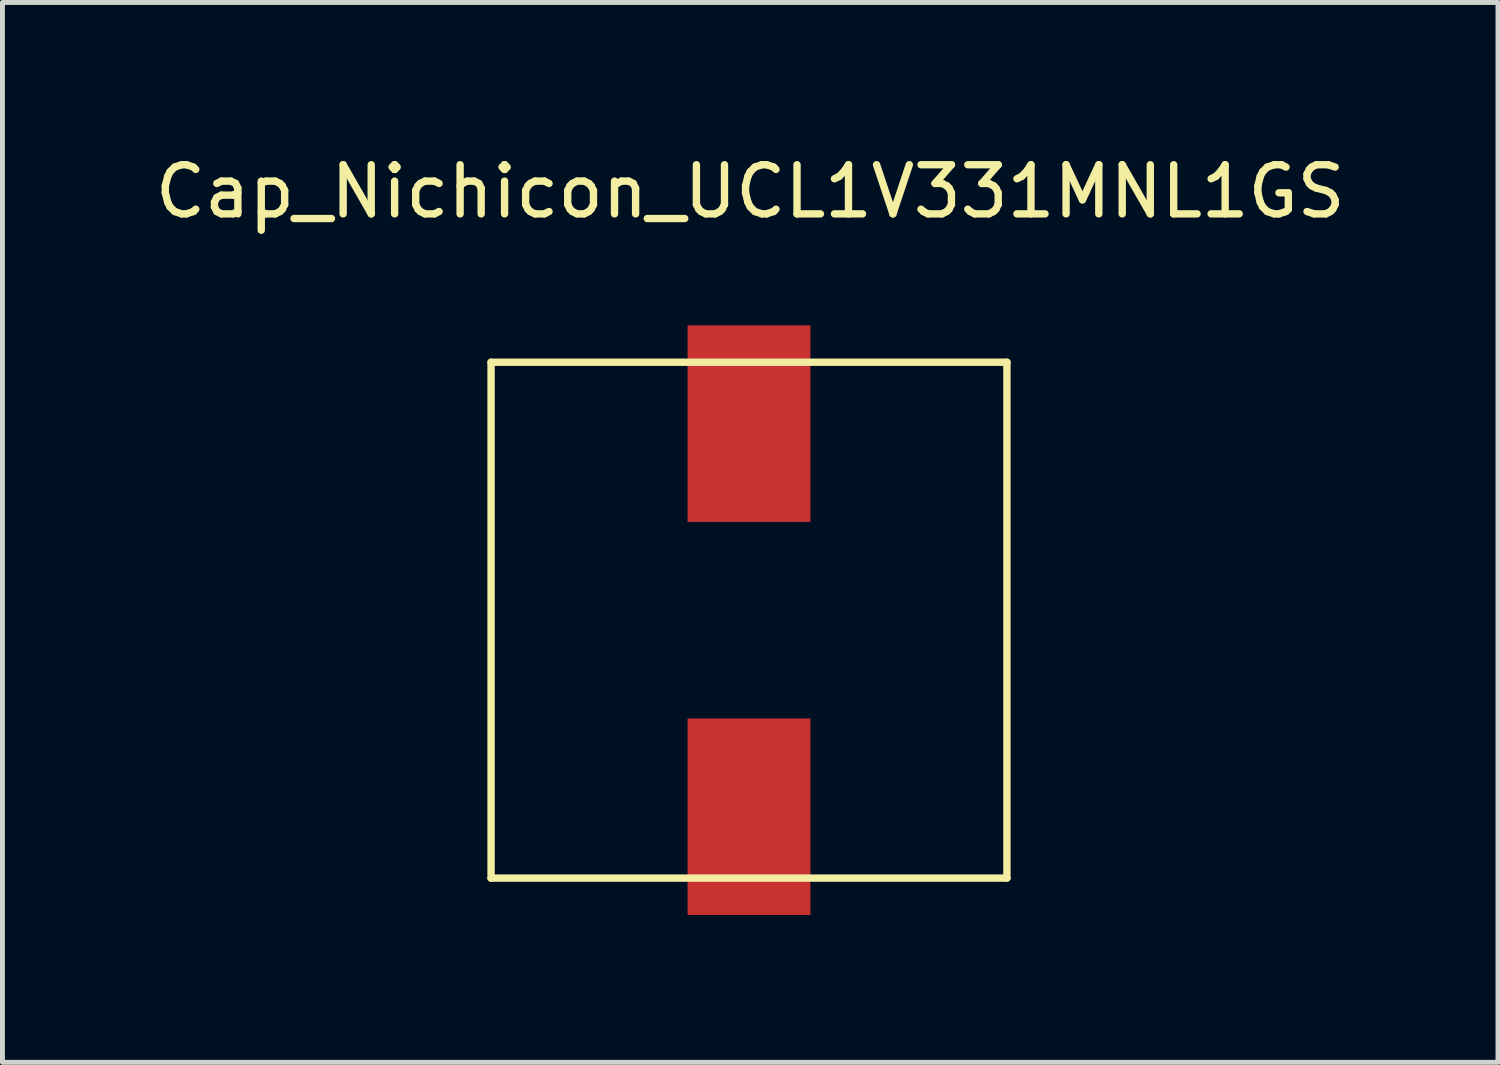
<source format=kicad_pcb>
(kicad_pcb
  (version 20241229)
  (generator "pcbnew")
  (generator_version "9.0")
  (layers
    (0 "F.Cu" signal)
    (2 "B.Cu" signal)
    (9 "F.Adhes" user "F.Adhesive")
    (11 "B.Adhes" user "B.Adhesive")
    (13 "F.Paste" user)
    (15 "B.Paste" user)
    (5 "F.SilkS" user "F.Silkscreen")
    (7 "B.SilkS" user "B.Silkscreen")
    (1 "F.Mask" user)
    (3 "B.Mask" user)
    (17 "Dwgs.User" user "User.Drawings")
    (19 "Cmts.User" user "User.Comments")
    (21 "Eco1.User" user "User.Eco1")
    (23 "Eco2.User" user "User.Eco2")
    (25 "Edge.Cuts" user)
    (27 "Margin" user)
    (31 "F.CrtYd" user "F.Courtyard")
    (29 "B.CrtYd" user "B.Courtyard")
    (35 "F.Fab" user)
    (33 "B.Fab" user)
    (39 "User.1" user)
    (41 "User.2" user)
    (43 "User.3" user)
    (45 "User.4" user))
  (footprint "Cap_Nichicon_UCL1V331MNL1GS"
    (layer "F.Cu")
    (at 12.195 9.573)
    (property "Reference" "Cap_Nichicon_UCL1V331MNL1GS" (at 0.025 -8.725 0) (layer "F.SilkS") (effects (font (size 1 1) (thickness 0.15))))
    (attr through_hole)
    (fp_line (start -5.25 -5.25) (end -5.25 5.25) (stroke (width 0.15) (type solid)) (layer "F.SilkS"))
    (fp_line (start -5.25 5.25) (end 5.25 5.25) (stroke (width 0.15) (type solid)) (layer "F.SilkS"))
    (fp_line (start 5.25 -5.25) (end -5.25 -5.25) (stroke (width 0.15) (type solid)) (layer "F.SilkS"))
    (fp_line (start 5.25 5.25) (end 5.25 -5.25) (stroke (width 0.15) (type solid)) (layer "F.SilkS"))
    (pad "+" smd rect (at 0 -4) (size 2.5 4) (layers "F.Cu" "F.Mask" "F.Paste"))
    (pad "-" smd rect (at 0 4) (size 2.5 4) (layers "F.Cu" "F.Mask" "F.Paste")))
  (gr_rect
    (start -3 -3)
    (end 27.44 18.573)
    (stroke (width 0.1) (type default))
    (fill no)
    (layer "Edge.Cuts")))
</source>
